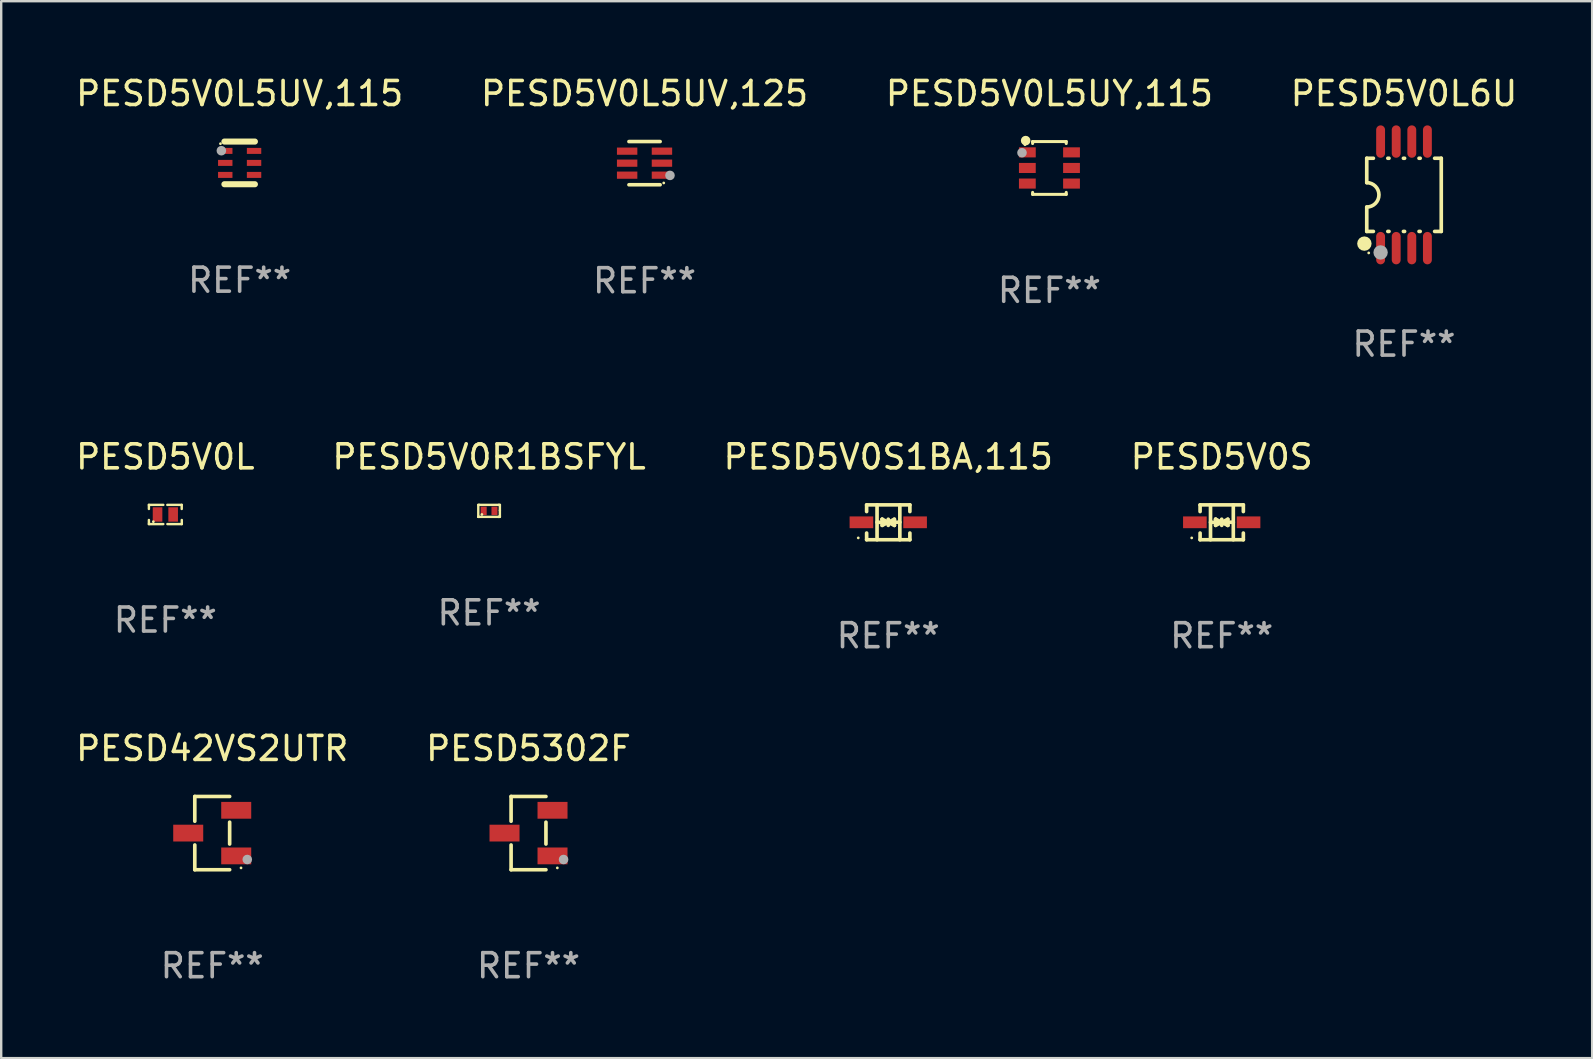
<source format=kicad_pcb>
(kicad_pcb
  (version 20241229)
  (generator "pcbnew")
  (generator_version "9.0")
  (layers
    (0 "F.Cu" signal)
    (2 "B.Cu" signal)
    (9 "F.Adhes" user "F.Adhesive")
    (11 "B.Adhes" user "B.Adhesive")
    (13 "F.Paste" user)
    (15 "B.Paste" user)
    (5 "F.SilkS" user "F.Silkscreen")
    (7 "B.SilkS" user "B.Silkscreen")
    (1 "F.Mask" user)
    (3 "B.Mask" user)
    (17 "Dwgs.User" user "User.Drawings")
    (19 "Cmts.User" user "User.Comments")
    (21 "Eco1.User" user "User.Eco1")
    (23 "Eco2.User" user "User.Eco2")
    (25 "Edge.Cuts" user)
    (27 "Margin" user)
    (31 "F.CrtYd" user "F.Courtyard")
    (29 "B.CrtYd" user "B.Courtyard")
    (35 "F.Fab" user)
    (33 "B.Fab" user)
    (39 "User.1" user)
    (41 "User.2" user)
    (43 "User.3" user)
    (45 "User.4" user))
  (footprint "PESD5V0L6U"
    (layer "F.Cu")
    (at 55.446 5.068)
    (property "Reference" "PESD5V0L6U" (at 0 -4.22 0) (layer "F.SilkS") (effects (font (size 1 1) (thickness 0.15))))
    (attr through_hole)
    (fp_line (start -1.552 -1.524) (end -1.276 -1.524) (stroke (width 0.152) (type solid)) (layer "F.SilkS"))
    (fp_line (start -1.552 -0.508) (end -1.552 -1.524) (stroke (width 0.152) (type solid)) (layer "F.SilkS"))
    (fp_line (start -1.552 1.524) (end -1.552 0.508) (stroke (width 0.152) (type solid)) (layer "F.SilkS"))
    (fp_line (start -1.552 1.524) (end -1.276 1.524) (stroke (width 0.152) (type solid)) (layer "F.SilkS"))
    (fp_line (start -0.674 -1.524) (end -0.626 -1.524) (stroke (width 0.152) (type solid)) (layer "F.SilkS"))
    (fp_line (start -0.674 1.524) (end -0.626 1.524) (stroke (width 0.152) (type solid)) (layer "F.SilkS"))
    (fp_line (start -0.024 -1.524) (end 0.024 -1.524) (stroke (width 0.152) (type solid)) (layer "F.SilkS"))
    (fp_line (start -0.024 1.524) (end 0.024 1.524) (stroke (width 0.152) (type solid)) (layer "F.SilkS"))
    (fp_line (start 0.626 -1.524) (end 0.674 -1.524) (stroke (width 0.152) (type solid)) (layer "F.SilkS"))
    (fp_line (start 0.626 1.524) (end 0.674 1.524) (stroke (width 0.152) (type solid)) (layer "F.SilkS"))
    (fp_line (start 1.276 1.524) (end 1.552 1.524) (stroke (width 0.152) (type solid)) (layer "F.SilkS"))
    (fp_line (start 1.276 -1.524) (end 1.552 -1.524) (stroke (width 0.152) (type solid)) (layer "F.SilkS"))
    (fp_line (start 1.552 -1.524) (end 1.552 1.524) (stroke (width 0.152) (type solid)) (layer "F.SilkS"))
    (fp_arc (start -1.551943 -0.508001) (mid -1.043942 0) (end -1.551943 0.508001) (stroke (width 0.151994) (type solid)) (layer "F.SilkS"))
    (fp_circle (center -1.651 2.032) (end -1.501 2.032) (stroke (width 0.3) (type solid)) (fill no) (layer "F.SilkS"))
    (fp_circle (center -1.47 2.42) (end -1.44 2.42) (stroke (width 0.06) (type solid)) (fill no) (layer "F.SilkS"))
    (fp_circle (center -0.975 2.4) (end -0.825 2.4) (stroke (width 0.3) (type solid)) (fill no) (layer "F.Fab"))
    (fp_text user "REF**" (at 0 6.22 0) (layer "F.Fab") (effects (font (size 1 1) (thickness 0.15))))
    (pad "1" smd oval (at -0.975 2.22) (size 0.37 1.35) (layers "F.Cu" "F.Mask" "F.Paste"))
    (pad "2" smd oval (at -0.325 2.22) (size 0.37 1.35) (layers "F.Cu" "F.Mask" "F.Paste"))
    (pad "3" smd oval (at 0.325 2.22) (size 0.37 1.35) (layers "F.Cu" "F.Mask" "F.Paste"))
    (pad "4" smd oval (at 0.975 2.22) (size 0.37 1.35) (layers "F.Cu" "F.Mask" "F.Paste"))
    (pad "5" smd oval (at 0.975 -2.22) (size 0.37 1.35) (layers "F.Cu" "F.Mask" "F.Paste"))
    (pad "6" smd oval (at 0.325 -2.22) (size 0.37 1.35) (layers "F.Cu" "F.Mask" "F.Paste"))
    (pad "7" smd oval (at -0.325 -2.22) (size 0.37 1.35) (layers "F.Cu" "F.Mask" "F.Paste"))
    (pad "8" smd oval (at -0.975 -2.22) (size 0.37 1.35) (layers "F.Cu" "F.Mask" "F.Paste")))
  (footprint "PESD5V0L5UV,125"
    (layer "F.Cu")
    (at 23.804 3.748)
    (property "Reference" "PESD5V0L5UV,125" (at 0 -2.9 0) (layer "F.SilkS") (effects (font (size 1 1) (thickness 0.15))))
    (attr through_hole)
    (fp_line (start 0.65 -0.9) (end -0.65 -0.9) (stroke (width 0.15) (type solid)) (layer "F.SilkS"))
    (fp_line (start 0.65 0.9) (end -0.65 0.9) (stroke (width 0.15) (type solid)) (layer "F.SilkS"))
    (fp_circle (center 0.8 0.825) (end 0.83 0.825) (stroke (width 0.06) (type solid)) (fill no) (layer "F.SilkS"))
    (fp_circle (center 1.06 0.51) (end 1.16 0.51) (stroke (width 0.2) (type solid)) (fill no) (layer "F.Fab"))
    (fp_text user "REF**" (at 0 4.9 0) (layer "F.Fab") (effects (font (size 1 1) (thickness 0.15))))
    (pad "1" smd rect (at 0.725 0.5 90) (size 0.3 0.85) (layers "F.Cu" "F.Mask" "F.Paste"))
    (pad "2" smd rect (at 0.725 0.000102 90) (size 0.3 0.85) (layers "F.Cu" "F.Mask" "F.Paste"))
    (pad "3" smd rect (at 0.725 -0.5 90) (size 0.3 0.85) (layers "F.Cu" "F.Mask" "F.Paste"))
    (pad "4" smd rect (at -0.725 -0.5 90) (size 0.3 0.85) (layers "F.Cu" "F.Mask" "F.Paste"))
    (pad "5" smd rect (at -0.725 0.000102 90) (size 0.3 0.85) (layers "F.Cu" "F.Mask" "F.Paste"))
    (pad "6" smd rect (at -0.725 0.5 90) (size 0.3 0.85) (layers "F.Cu" "F.Mask" "F.Paste")))
  (footprint "PESD5302F"
    (layer "F.Cu")
    (at 18.97 31.66)
    (property "Reference" "PESD5302F" (at 0 -3.526 0) (layer "F.SilkS") (effects (font (size 1 1) (thickness 0.15))))
    (attr through_hole)
    (fp_line (start -0.726 -1.526) (end -0.726 -0.495) (stroke (width 0.152) (type solid)) (layer "F.SilkS"))
    (fp_line (start -0.726 1.526) (end -0.726 0.495) (stroke (width 0.152) (type solid)) (layer "F.SilkS"))
    (fp_line (start 0.726 -1.526) (end -0.726 -1.526) (stroke (width 0.152) (type solid)) (layer "F.SilkS"))
    (fp_line (start 0.726 -0.455) (end 0.726 0.455) (stroke (width 0.152) (type solid)) (layer "F.SilkS"))
    (fp_line (start 0.726 1.526) (end -0.726 1.526) (stroke (width 0.152) (type solid)) (layer "F.SilkS"))
    (fp_circle (center 1.2 1.45) (end 1.23 1.45) (stroke (width 0.06) (type solid)) (fill no) (layer "F.SilkS"))
    (fp_circle (center 1.46 1.1) (end 1.56 1.1) (stroke (width 0.2) (type solid)) (fill no) (layer "F.Fab"))
    (fp_text user "REF**" (at 0 5.526 0) (layer "F.Fab") (effects (font (size 1 1) (thickness 0.15))))
    (pad "1" smd rect (at 1 0.95) (size 1.25 0.7) (layers "F.Cu" "F.Mask" "F.Paste"))
    (pad "2" smd rect (at 1 -0.95) (size 1.25 0.7) (layers "F.Cu" "F.Mask" "F.Paste"))
    (pad "3" smd rect (at -1 0) (size 1.25 0.7) (layers "F.Cu" "F.Mask" "F.Paste")))
  (footprint "PESD5V0L"
    (layer "F.Cu")
    (at 3.839 18.385)
    (property "Reference" "PESD5V0L" (at 0 -2.4 0) (layer "F.SilkS") (effects (font (size 1 1) (thickness 0.15))))
    (attr through_hole)
    (fp_line (start -0.685 -0.4) (end -0.685 -0.23) (stroke (width 0.102) (type solid)) (layer "F.SilkS"))
    (fp_line (start -0.685 0.4) (end -0.685 0.23) (stroke (width 0.102) (type solid)) (layer "F.SilkS"))
    (fp_line (start -0.085 -0.4) (end -0.685 -0.4) (stroke (width 0.102) (type solid)) (layer "F.SilkS"))
    (fp_line (start -0.085 0.4) (end -0.685 0.4) (stroke (width 0.102) (type solid)) (layer "F.SilkS"))
    (fp_line (start 0.082 -0.4) (end 0.682 -0.4) (stroke (width 0.102) (type solid)) (layer "F.SilkS"))
    (fp_line (start 0.085 0.4) (end 0.685 0.4) (stroke (width 0.102) (type solid)) (layer "F.SilkS"))
    (fp_line (start 0.682 -0.4) (end 0.682 -0.23) (stroke (width 0.102) (type solid)) (layer "F.SilkS"))
    (fp_line (start 0.685 0.4) (end 0.685 0.23) (stroke (width 0.102) (type solid)) (layer "F.SilkS"))
    (fp_circle (center -0.5 0.3) (end -0.47 0.3) (stroke (width 0.06) (type solid)) (fill no) (layer "F.SilkS"))
    (fp_text user "REF**" (at 0 4.4 0) (layer "F.Fab") (effects (font (size 1 1) (thickness 0.15))))
    (pad "1" smd rect (at -0.325 0) (size 0.4 0.6) (layers "F.Cu" "F.Mask" "F.Paste"))
    (pad "2" smd rect (at 0.325 0) (size 0.4 0.6) (layers "F.Cu" "F.Mask" "F.Paste")))
  (footprint "PESD5V0S1BA,115"
    (layer "F.Cu")
    (at 33.958 18.711)
    (property "Reference" "PESD5V0S1BA,115" (at 0 -2.726 0) (layer "F.SilkS") (effects (font (size 1 1) (thickness 0.15))))
    (attr through_hole)
    (fp_line (start -0.901 -0.726) (end -0.901 -0.448) (stroke (width 0.152) (type solid)) (layer "F.SilkS"))
    (fp_line (start -0.901 0.726) (end -0.901 0.448) (stroke (width 0.152) (type solid)) (layer "F.SilkS"))
    (fp_line (start -0.467 0) (end 0.483 -0.003) (stroke (width 0.154) (type solid)) (layer "F.SilkS"))
    (fp_line (start -0.467 0.726) (end -0.467 -0.726) (stroke (width 0.152) (type solid)) (layer "F.SilkS"))
    (fp_line (start -0.254 -0.127) (end -0.254 -0.127) (stroke (width 0.154) (type solid)) (layer "F.SilkS"))
    (fp_line (start -0.254 -0.127) (end -0.002 -0.003) (stroke (width 0.154) (type solid)) (layer "F.SilkS"))
    (fp_line (start -0.254 0.127) (end -0.254 -0.127) (stroke (width 0.154) (type solid)) (layer "F.SilkS"))
    (fp_line (start -0.127 0) (end 0.003 0) (stroke (width 0.154) (type solid)) (layer "F.SilkS"))
    (fp_line (start -0.003 0) (end -0.254 0.127) (stroke (width 0.154) (type solid)) (layer "F.SilkS"))
    (fp_line (start 0 -0.127) (end 0 0.127) (stroke (width 0.154) (type solid)) (layer "F.SilkS"))
    (fp_line (start 0.003 0) (end 0.254 -0.127) (stroke (width 0.154) (type solid)) (layer "F.SilkS"))
    (fp_line (start 0.127 0) (end -0.003 0) (stroke (width 0.154) (type solid)) (layer "F.SilkS"))
    (fp_line (start 0.254 -0.127) (end 0.254 0.127) (stroke (width 0.154) (type solid)) (layer "F.SilkS"))
    (fp_line (start 0.254 0.127) (end 0.002 0.003) (stroke (width 0.154) (type solid)) (layer "F.SilkS"))
    (fp_line (start 0.254 0.127) (end 0.254 0.127) (stroke (width 0.154) (type solid)) (layer "F.SilkS"))
    (fp_line (start 0.483 0.726) (end 0.483 -0.726) (stroke (width 0.152) (type solid)) (layer "F.SilkS"))
    (fp_line (start 0.901 -0.726) (end -0.901 -0.726) (stroke (width 0.152) (type solid)) (layer "F.SilkS"))
    (fp_line (start 0.901 -0.726) (end 0.901 -0.448) (stroke (width 0.152) (type solid)) (layer "F.SilkS"))
    (fp_line (start 0.901 0.726) (end -0.901 0.726) (stroke (width 0.152) (type solid)) (layer "F.SilkS"))
    (fp_line (start 0.901 0.726) (end 0.901 0.448) (stroke (width 0.152) (type solid)) (layer "F.SilkS"))
    (fp_circle (center -1.25 0.65) (end -1.22 0.65) (stroke (width 0.06) (type solid)) (fill no) (layer "F.SilkS"))
    (fp_text user "REF**" (at 0 4.726 0) (layer "F.Fab") (effects (font (size 1 1) (thickness 0.15))))
    (pad "1" smd rect (at -1.118 0) (size 0.985 0.49) (layers "F.Cu" "F.Mask" "F.Paste"))
    (pad "2" smd rect (at 1.118 0) (size 0.985 0.49) (layers "F.Cu" "F.Mask" "F.Paste")))
  (footprint "PESD5V0L5UV,115"
    (layer "F.Cu")
    (at 6.935 3.737)
    (property "Reference" "PESD5V0L5UV,115" (at 0 -2.889 0) (layer "F.SilkS") (effects (font (size 1 1) (thickness 0.15))))
    (attr through_hole)
    (fp_line (start -0.635 -0.889) (end 0.635 -0.889) (stroke (width 0.254) (type solid)) (layer "F.SilkS"))
    (fp_line (start -0.635 0.889) (end 0.635 0.889) (stroke (width 0.254) (type solid)) (layer "F.SilkS"))
    (fp_circle (center -0.8 -0.8) (end -0.77 -0.8) (stroke (width 0.06) (type solid)) (fill no) (layer "F.SilkS"))
    (fp_circle (center -0.762 -0.508) (end -0.662 -0.508) (stroke (width 0.2) (type solid)) (fill no) (layer "F.Fab"))
    (fp_text user "REF**" (at 0 4.889 0) (layer "F.Fab") (effects (font (size 1 1) (thickness 0.15))))
    (pad "1" smd rect (at -0.6 -0.5 270) (size 0.25 0.6) (layers "F.Cu" "F.Mask" "F.Paste"))
    (pad "2" smd rect (at -0.6 -0.000127 270) (size 0.25 0.6) (layers "F.Cu" "F.Mask" "F.Paste"))
    (pad "3" smd rect (at -0.6 0.5 270) (size 0.25 0.6) (layers "F.Cu" "F.Mask" "F.Paste"))
    (pad "4" smd rect (at 0.6 0.5 270) (size 0.25 0.6) (layers "F.Cu" "F.Mask" "F.Paste"))
    (pad "5" smd rect (at 0.6 -0.000127 270) (size 0.25 0.6) (layers "F.Cu" "F.Mask" "F.Paste"))
    (pad "6" smd rect (at 0.6 -0.5 270) (size 0.25 0.6) (layers "F.Cu" "F.Mask" "F.Paste")))
  (footprint "PESD5V0S"
    (layer "F.Cu")
    (at 47.851 18.711)
    (property "Reference" "PESD5V0S" (at 0 -2.726 0) (layer "F.SilkS") (effects (font (size 1 1) (thickness 0.15))))
    (attr through_hole)
    (fp_line (start -0.901 -0.726) (end -0.901 -0.448) (stroke (width 0.152) (type solid)) (layer "F.SilkS"))
    (fp_line (start -0.901 0.726) (end -0.901 0.448) (stroke (width 0.152) (type solid)) (layer "F.SilkS"))
    (fp_line (start -0.467 0) (end 0.483 -0.003) (stroke (width 0.154) (type solid)) (layer "F.SilkS"))
    (fp_line (start -0.467 0.726) (end -0.467 -0.726) (stroke (width 0.152) (type solid)) (layer "F.SilkS"))
    (fp_line (start -0.254 -0.127) (end -0.254 -0.127) (stroke (width 0.154) (type solid)) (layer "F.SilkS"))
    (fp_line (start -0.254 -0.127) (end -0.002 -0.003) (stroke (width 0.154) (type solid)) (layer "F.SilkS"))
    (fp_line (start -0.254 0.127) (end -0.254 -0.127) (stroke (width 0.154) (type solid)) (layer "F.SilkS"))
    (fp_line (start -0.127 0) (end 0.003 0) (stroke (width 0.154) (type solid)) (layer "F.SilkS"))
    (fp_line (start -0.003 0) (end -0.254 0.127) (stroke (width 0.154) (type solid)) (layer "F.SilkS"))
    (fp_line (start 0 -0.127) (end 0 0.127) (stroke (width 0.154) (type solid)) (layer "F.SilkS"))
    (fp_line (start 0.003 0) (end 0.254 -0.127) (stroke (width 0.154) (type solid)) (layer "F.SilkS"))
    (fp_line (start 0.127 0) (end -0.003 0) (stroke (width 0.154) (type solid)) (layer "F.SilkS"))
    (fp_line (start 0.254 -0.127) (end 0.254 0.127) (stroke (width 0.154) (type solid)) (layer "F.SilkS"))
    (fp_line (start 0.254 0.127) (end 0.002 0.003) (stroke (width 0.154) (type solid)) (layer "F.SilkS"))
    (fp_line (start 0.254 0.127) (end 0.254 0.127) (stroke (width 0.154) (type solid)) (layer "F.SilkS"))
    (fp_line (start 0.483 0.726) (end 0.483 -0.726) (stroke (width 0.152) (type solid)) (layer "F.SilkS"))
    (fp_line (start 0.901 -0.726) (end -0.901 -0.726) (stroke (width 0.152) (type solid)) (layer "F.SilkS"))
    (fp_line (start 0.901 -0.726) (end 0.901 -0.448) (stroke (width 0.152) (type solid)) (layer "F.SilkS"))
    (fp_line (start 0.901 0.726) (end -0.901 0.726) (stroke (width 0.152) (type solid)) (layer "F.SilkS"))
    (fp_line (start 0.901 0.726) (end 0.901 0.448) (stroke (width 0.152) (type solid)) (layer "F.SilkS"))
    (fp_circle (center -1.25 0.65) (end -1.22 0.65) (stroke (width 0.06) (type solid)) (fill no) (layer "F.SilkS"))
    (fp_text user "REF**" (at 0 4.726 0) (layer "F.Fab") (effects (font (size 1 1) (thickness 0.15))))
    (pad "1" smd rect (at -1.118 0) (size 0.985 0.49) (layers "F.Cu" "F.Mask" "F.Paste"))
    (pad "2" smd rect (at 1.118 0) (size 0.985 0.49) (layers "F.Cu" "F.Mask" "F.Paste")))
  (footprint "PESD42VS2UTR"
    (layer "F.Cu")
    (at 5.792 31.66)
    (property "Reference" "PESD42VS2UTR" (at 0 -3.526 0) (layer "F.SilkS") (effects (font (size 1 1) (thickness 0.15))))
    (attr through_hole)
    (fp_line (start -0.726 -1.526) (end -0.726 -0.495) (stroke (width 0.152) (type solid)) (layer "F.SilkS"))
    (fp_line (start -0.726 1.526) (end -0.726 0.495) (stroke (width 0.152) (type solid)) (layer "F.SilkS"))
    (fp_line (start 0.726 -1.526) (end -0.726 -1.526) (stroke (width 0.152) (type solid)) (layer "F.SilkS"))
    (fp_line (start 0.726 -0.455) (end 0.726 0.455) (stroke (width 0.152) (type solid)) (layer "F.SilkS"))
    (fp_line (start 0.726 1.526) (end -0.726 1.526) (stroke (width 0.152) (type solid)) (layer "F.SilkS"))
    (fp_circle (center 1.2 1.45) (end 1.23 1.45) (stroke (width 0.06) (type solid)) (fill no) (layer "F.SilkS"))
    (fp_circle (center 1.46 1.1) (end 1.56 1.1) (stroke (width 0.2) (type solid)) (fill no) (layer "F.Fab"))
    (fp_text user "REF**" (at 0 5.526 0) (layer "F.Fab") (effects (font (size 1 1) (thickness 0.15))))
    (pad "1" smd rect (at 1 0.95) (size 1.25 0.7) (layers "F.Cu" "F.Mask" "F.Paste"))
    (pad "2" smd rect (at 1 -0.95) (size 1.25 0.7) (layers "F.Cu" "F.Mask" "F.Paste"))
    (pad "3" smd rect (at -1 0) (size 1.25 0.7) (layers "F.Cu" "F.Mask" "F.Paste")))
  (footprint "PESD5V0L5UY,115"
    (layer "F.Cu")
    (at 40.673 3.948)
    (property "Reference" "PESD5V0L5UY,115" (at 0 -3.1 0) (layer "F.SilkS") (effects (font (size 1 1) (thickness 0.15))))
    (attr through_hole)
    (fp_line (start -0.7 -1.1) (end -0.7 -1.018) (stroke (width 0.127) (type solid)) (layer "F.SilkS"))
    (fp_line (start -0.7 -1.1) (end 0.7 -1.1) (stroke (width 0.127) (type solid)) (layer "F.SilkS"))
    (fp_line (start -0.7 1.018) (end -0.7 1.1) (stroke (width 0.127) (type solid)) (layer "F.SilkS"))
    (fp_line (start -0.7 1.1) (end 0.7 1.1) (stroke (width 0.127) (type solid)) (layer "F.SilkS"))
    (fp_line (start 0.7 -1.1) (end 0.7 -1.018) (stroke (width 0.127) (type solid)) (layer "F.SilkS"))
    (fp_line (start 0.7 1.018) (end 0.7 1.1) (stroke (width 0.127) (type solid)) (layer "F.SilkS"))
    (fp_circle (center -1.02 -0.97) (end -0.99 -0.97) (stroke (width 0.06) (type solid)) (fill no) (layer "F.SilkS"))
    (fp_circle (center -0.99 -1.14) (end -0.89 -1.14) (stroke (width 0.2) (type solid)) (fill no) (layer "F.SilkS"))
    (fp_circle (center -1.143 -0.635) (end -1.043 -0.635) (stroke (width 0.2) (type solid)) (fill no) (layer "F.Fab"))
    (fp_text user "REF**" (at 0 5.1 0) (layer "F.Fab") (effects (font (size 1 1) (thickness 0.15))))
    (pad "1" smd rect (at -0.92 -0.65) (size 0.7 0.42) (layers "F.Cu" "F.Mask" "F.Paste"))
    (pad "2" smd rect (at -0.92 0.000127) (size 0.7 0.42) (layers "F.Cu" "F.Mask" "F.Paste"))
    (pad "3" smd rect (at -0.92 0.65) (size 0.7 0.42) (layers "F.Cu" "F.Mask" "F.Paste"))
    (pad "4" smd rect (at 0.92 0.65) (size 0.7 0.42) (layers "F.Cu" "F.Mask" "F.Paste"))
    (pad "5" smd rect (at 0.92 0.000127) (size 0.7 0.42) (layers "F.Cu" "F.Mask" "F.Paste"))
    (pad "6" smd rect (at 0.92 -0.65) (size 0.7 0.42) (layers "F.Cu" "F.Mask" "F.Paste")))
  (footprint "PESD5V0R1BSFYL"
    (layer "F.Cu")
    (at 17.327 18.235)
    (property "Reference" "PESD5V0R1BSFYL" (at 0 -2.25 0) (layer "F.SilkS") (effects (font (size 1 1) (thickness 0.15))))
    (attr through_hole)
    (fp_line (start -0.45 -0.25) (end -0.45 0.25) (stroke (width 0.1) (type solid)) (layer "F.SilkS"))
    (fp_line (start -0.45 0.25) (end -0.45 0.25) (stroke (width 0.1) (type solid)) (layer "F.SilkS"))
    (fp_line (start -0.4 -0.25) (end -0.45 -0.25) (stroke (width 0.1) (type solid)) (layer "F.SilkS"))
    (fp_line (start -0.4 -0.25) (end 0.4 -0.25) (stroke (width 0.1) (type solid)) (layer "F.SilkS"))
    (fp_line (start -0.4 0.25) (end -0.45 0.25) (stroke (width 0.1) (type solid)) (layer "F.SilkS"))
    (fp_line (start -0.4 0.25) (end 0.4 0.25) (stroke (width 0.1) (type solid)) (layer "F.SilkS"))
    (fp_line (start 0.4 -0.25) (end 0.45 -0.25) (stroke (width 0.1) (type solid)) (layer "F.SilkS"))
    (fp_line (start 0.4 0.25) (end 0.4 0.25) (stroke (width 0.1) (type solid)) (layer "F.SilkS"))
    (fp_line (start 0.45 -0.25) (end 0.45 -0.018) (stroke (width 0.1) (type solid)) (layer "F.SilkS"))
    (fp_line (start 0.45 -0.018) (end 0.45 0.25) (stroke (width 0.1) (type solid)) (layer "F.SilkS"))
    (fp_line (start 0.45 0.25) (end 0.4 0.25) (stroke (width 0.1) (type solid)) (layer "F.SilkS"))
    (fp_circle (center -0.3 0.15) (end -0.27 0.15) (stroke (width 0.06) (type solid)) (fill no) (layer "F.SilkS"))
    (fp_text user "REF**" (at 0 4.25 0) (layer "F.Fab") (effects (font (size 1 1) (thickness 0.15))))
    (pad "1" smd rect (at -0.225 0) (size 0.25 0.35) (layers "F.Cu" "F.Mask" "F.Paste"))
    (pad "2" smd rect (at 0.225 0) (size 0.25 0.35) (layers "F.Cu" "F.Mask" "F.Paste")))
  (gr_rect
    (start -3 -3)
    (end 63.286 41.035)
    (stroke (width 0.1) (type default))
    (fill no)
    (layer "Edge.Cuts")))
</source>
